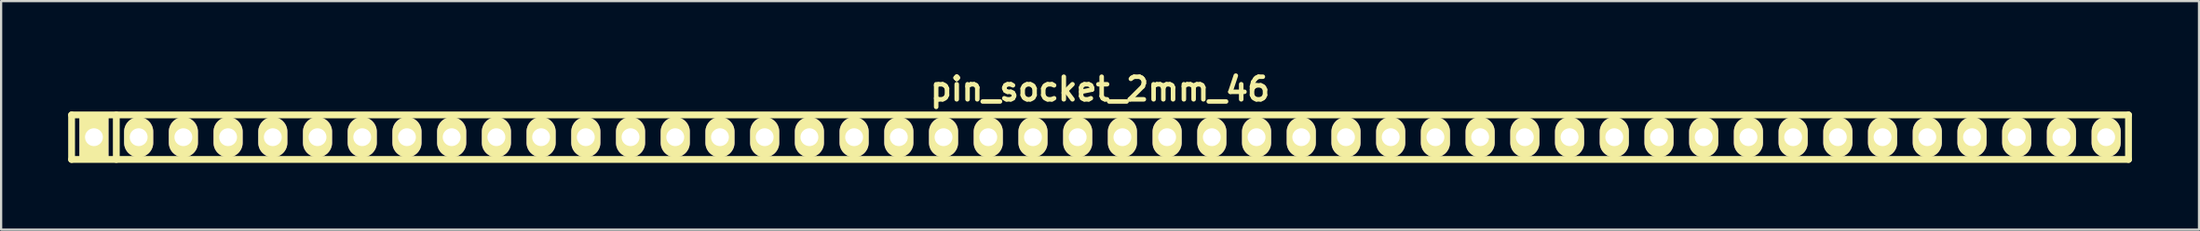
<source format=kicad_pcb>
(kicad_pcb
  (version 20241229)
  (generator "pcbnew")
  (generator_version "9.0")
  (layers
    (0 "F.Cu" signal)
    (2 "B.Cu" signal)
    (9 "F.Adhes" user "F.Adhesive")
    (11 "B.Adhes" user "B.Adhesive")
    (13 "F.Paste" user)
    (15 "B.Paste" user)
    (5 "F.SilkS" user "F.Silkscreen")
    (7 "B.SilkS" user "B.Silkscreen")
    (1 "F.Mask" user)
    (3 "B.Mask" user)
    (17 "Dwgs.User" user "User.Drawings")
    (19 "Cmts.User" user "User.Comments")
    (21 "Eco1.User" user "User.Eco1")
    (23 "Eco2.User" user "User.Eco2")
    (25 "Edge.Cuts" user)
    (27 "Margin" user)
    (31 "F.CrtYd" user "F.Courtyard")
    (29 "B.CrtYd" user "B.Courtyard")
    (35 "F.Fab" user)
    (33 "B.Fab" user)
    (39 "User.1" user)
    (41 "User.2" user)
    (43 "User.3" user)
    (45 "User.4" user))
  (footprint "pin_socket_2mm_46"
    (layer "F.Cu")
    (at 46.152 3.11)
    (property "Reference" "pin_socket_2mm_46" (at 0 -2.159 0) (layer "F.SilkS") (effects (font (size 1.016 1.016) (thickness 0.203))))
    (attr through_hole)
    (fp_line (start -46 -1) (end 46 -1) (stroke (width 0.305) (type solid)) (layer "F.SilkS"))
    (fp_line (start -46 1) (end -46 -1) (stroke (width 0.305) (type solid)) (layer "F.SilkS"))
    (fp_line (start -44 -1) (end -44 1) (stroke (width 0.305) (type solid)) (layer "F.SilkS"))
    (fp_line (start 46 -1) (end 46 1) (stroke (width 0.305) (type solid)) (layer "F.SilkS"))
    (fp_line (start 46 1) (end -46 1) (stroke (width 0.305) (type solid)) (layer "F.SilkS"))
    (pad "1" thru_hole rect (at -45 0) (size 1.3 1.8) (drill 0.8) (layers "*.Cu" "*.Mask" "F.SilkS"))
    (pad "2" thru_hole oval (at -43 0) (size 1.3 1.8) (drill 0.8) (layers "*.Cu" "*.Mask" "F.SilkS"))
    (pad "3" thru_hole oval (at -41 0) (size 1.3 1.8) (drill 0.8) (layers "*.Cu" "*.Mask" "F.SilkS"))
    (pad "4" thru_hole oval (at -39 0) (size 1.3 1.8) (drill 0.8) (layers "*.Cu" "*.Mask" "F.SilkS"))
    (pad "5" thru_hole oval (at -37 0) (size 1.3 1.8) (drill 0.8) (layers "*.Cu" "*.Mask" "F.SilkS"))
    (pad "6" thru_hole oval (at -35 0) (size 1.3 1.8) (drill 0.8) (layers "*.Cu" "*.Mask" "F.SilkS"))
    (pad "7" thru_hole oval (at -33 0) (size 1.3 1.8) (drill 0.8) (layers "*.Cu" "*.Mask" "F.SilkS"))
    (pad "8" thru_hole oval (at -31 0) (size 1.3 1.8) (drill 0.8) (layers "*.Cu" "*.Mask" "F.SilkS"))
    (pad "9" thru_hole oval (at -29 0) (size 1.3 1.8) (drill 0.8) (layers "*.Cu" "*.Mask" "F.SilkS"))
    (pad "10" thru_hole oval (at -27 0) (size 1.3 1.8) (drill 0.8) (layers "*.Cu" "*.Mask" "F.SilkS"))
    (pad "11" thru_hole oval (at -25 0) (size 1.3 1.8) (drill 0.8) (layers "*.Cu" "*.Mask" "F.SilkS"))
    (pad "12" thru_hole oval (at -23 0) (size 1.3 1.8) (drill 0.8) (layers "*.Cu" "*.Mask" "F.SilkS"))
    (pad "13" thru_hole oval (at -21 0) (size 1.3 1.8) (drill 0.8) (layers "*.Cu" "*.Mask" "F.SilkS"))
    (pad "14" thru_hole oval (at -19 0) (size 1.3 1.8) (drill 0.8) (layers "*.Cu" "*.Mask" "F.SilkS"))
    (pad "15" thru_hole oval (at -17 0) (size 1.3 1.8) (drill 0.8) (layers "*.Cu" "*.Mask" "F.SilkS"))
    (pad "16" thru_hole oval (at -15 0) (size 1.3 1.8) (drill 0.8) (layers "*.Cu" "*.Mask" "F.SilkS"))
    (pad "17" thru_hole oval (at -13 0) (size 1.3 1.8) (drill 0.8) (layers "*.Cu" "*.Mask" "F.SilkS"))
    (pad "18" thru_hole oval (at -11 0) (size 1.3 1.8) (drill 0.8) (layers "*.Cu" "*.Mask" "F.SilkS"))
    (pad "19" thru_hole oval (at -9 0) (size 1.3 1.8) (drill 0.8) (layers "*.Cu" "*.Mask" "F.SilkS"))
    (pad "20" thru_hole oval (at -7 0) (size 1.3 1.8) (drill 0.8) (layers "*.Cu" "*.Mask" "F.SilkS"))
    (pad "21" thru_hole oval (at -5 0) (size 1.3 1.8) (drill 0.8) (layers "*.Cu" "*.Mask" "F.SilkS"))
    (pad "22" thru_hole oval (at -3 0) (size 1.3 1.8) (drill 0.8) (layers "*.Cu" "*.Mask" "F.SilkS"))
    (pad "23" thru_hole oval (at -1 0) (size 1.3 1.8) (drill 0.8) (layers "*.Cu" "*.Mask" "F.SilkS"))
    (pad "24" thru_hole oval (at 1 0) (size 1.3 1.8) (drill 0.8) (layers "*.Cu" "*.Mask" "F.SilkS"))
    (pad "25" thru_hole oval (at 3 0) (size 1.3 1.8) (drill 0.8) (layers "*.Cu" "*.Mask" "F.SilkS"))
    (pad "26" thru_hole oval (at 5 0) (size 1.3 1.8) (drill 0.8) (layers "*.Cu" "*.Mask" "F.SilkS"))
    (pad "27" thru_hole oval (at 7 0) (size 1.3 1.8) (drill 0.8) (layers "*.Cu" "*.Mask" "F.SilkS"))
    (pad "28" thru_hole oval (at 9 0) (size 1.3 1.8) (drill 0.8) (layers "*.Cu" "*.Mask" "F.SilkS"))
    (pad "29" thru_hole oval (at 11 0) (size 1.3 1.8) (drill 0.8) (layers "*.Cu" "*.Mask" "F.SilkS"))
    (pad "30" thru_hole oval (at 13 0) (size 1.3 1.8) (drill 0.8) (layers "*.Cu" "*.Mask" "F.SilkS"))
    (pad "31" thru_hole oval (at 15 0) (size 1.3 1.8) (drill 0.8) (layers "*.Cu" "*.Mask" "F.SilkS"))
    (pad "32" thru_hole oval (at 17 0) (size 1.3 1.8) (drill 0.8) (layers "*.Cu" "*.Mask" "F.SilkS"))
    (pad "33" thru_hole oval (at 19 0) (size 1.3 1.8) (drill 0.8) (layers "*.Cu" "*.Mask" "F.SilkS"))
    (pad "34" thru_hole oval (at 21 0) (size 1.3 1.8) (drill 0.8) (layers "*.Cu" "*.Mask" "F.SilkS"))
    (pad "35" thru_hole oval (at 23 0) (size 1.3 1.8) (drill 0.8) (layers "*.Cu" "*.Mask" "F.SilkS"))
    (pad "36" thru_hole oval (at 25 0) (size 1.3 1.8) (drill 0.8) (layers "*.Cu" "*.Mask" "F.SilkS"))
    (pad "37" thru_hole oval (at 27 0) (size 1.3 1.8) (drill 0.8) (layers "*.Cu" "*.Mask" "F.SilkS"))
    (pad "38" thru_hole oval (at 29 0) (size 1.3 1.8) (drill 0.8) (layers "*.Cu" "*.Mask" "F.SilkS"))
    (pad "39" thru_hole oval (at 31 0) (size 1.3 1.8) (drill 0.8) (layers "*.Cu" "*.Mask" "F.SilkS"))
    (pad "40" thru_hole oval (at 33 0) (size 1.3 1.8) (drill 0.8) (layers "*.Cu" "*.Mask" "F.SilkS"))
    (pad "41" thru_hole oval (at 35 0) (size 1.3 1.8) (drill 0.8) (layers "*.Cu" "*.Mask" "F.SilkS"))
    (pad "42" thru_hole oval (at 37 0) (size 1.3 1.8) (drill 0.8) (layers "*.Cu" "*.Mask" "F.SilkS"))
    (pad "43" thru_hole oval (at 39 0) (size 1.3 1.8) (drill 0.8) (layers "*.Cu" "*.Mask" "F.SilkS"))
    (pad "44" thru_hole oval (at 41 0) (size 1.3 1.8) (drill 0.8) (layers "*.Cu" "*.Mask" "F.SilkS"))
    (pad "45" thru_hole oval (at 43 0) (size 1.3 1.8) (drill 0.8) (layers "*.Cu" "*.Mask" "F.SilkS"))
    (pad "46" thru_hole oval (at 45 0) (size 1.3 1.8) (drill 0.8) (layers "*.Cu" "*.Mask" "F.SilkS")))
  (gr_rect
    (start -3 -3)
    (end 95.305 7.262)
    (stroke (width 0.1) (type default))
    (fill no)
    (layer "Edge.Cuts")))
</source>
